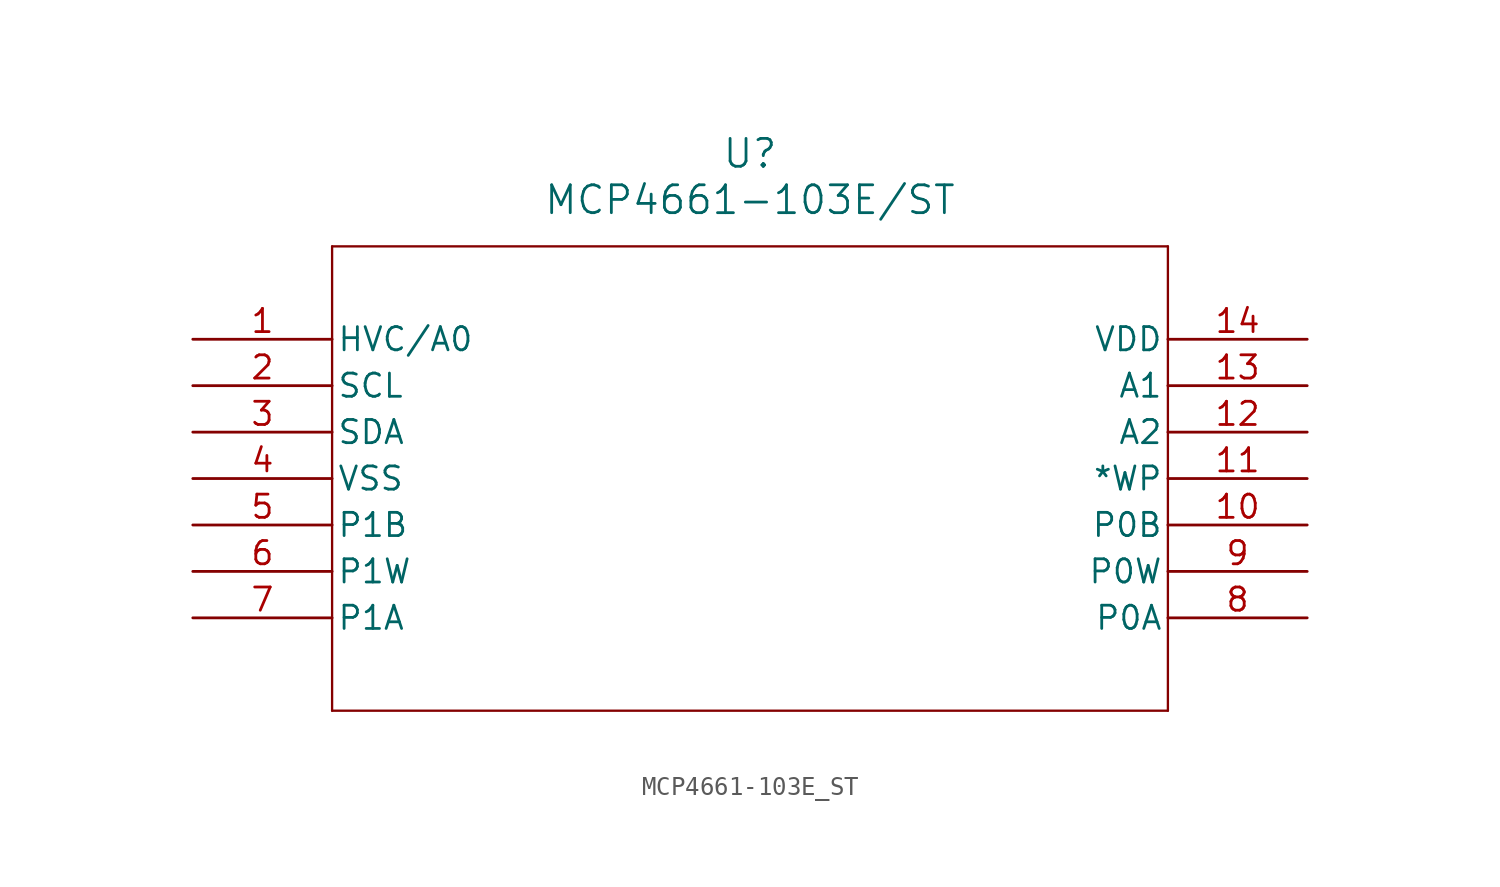
<source format=kicad_sym>
(kicad_symbol_lib
  (version 20231120)
  (generator "kicad_symbol_editor")
  (generator_version "8.0")
  (symbol "MCP4661-103E_ST"
    (pin_names
      (offset 0.254))
    (property "Reference" "U"
      (at 30.48 10.16 0)
      (effects (font (size 1.524 1.524))))
    (property "Value" "MCP4661-103E/ST"
      (at 30.48 7.62 0)
      (effects (font (size 1.524 1.524))))
    (property "ki_locked" ""
      (at 0 0 0)
      (effects (font (size 1.27 1.27))))
    (symbol "MCP4661-103E_ST_0_1"
      (polyline (pts (xy 7.62 -20.32) (xy 53.34 -20.32)) (stroke (width 0.127) (type default)) (fill (type none)))
      (polyline (pts (xy 7.62 5.08) (xy 7.62 -20.32)) (stroke (width 0.127) (type default)) (fill (type none)))
      (polyline (pts (xy 53.34 -20.32) (xy 53.34 5.08)) (stroke (width 0.127) (type default)) (fill (type none)))
      (polyline (pts (xy 53.34 5.08) (xy 7.62 5.08)) (stroke (width 0.127) (type default)) (fill (type none)))
      (pin input line (at 0 0 0) (length 7.62) (name "HVC/A0" (effects (font (size 1.27 1.27)))) (number "1" (effects (font (size 1.27 1.27)))))
      (pin input line (at 60.96 -7.62 180) (length 7.62) (name "*WP" (effects (font (size 1.27 1.27)))) (number "11" (effects (font (size 1.27 1.27)))))
      (pin input line (at 60.96 -5.08 180) (length 7.62) (name "A2" (effects (font (size 1.27 1.27)))) (number "12" (effects (font (size 1.27 1.27)))))
      (pin input line (at 60.96 -2.54 180) (length 7.62) (name "A1" (effects (font (size 1.27 1.27)))) (number "13" (effects (font (size 1.27 1.27)))))
      (pin power_in line (at 60.96 0 180) (length 7.62) (name "VDD" (effects (font (size 1.27 1.27)))) (number "14" (effects (font (size 1.27 1.27)))))
      (pin input line (at 0 -2.54 0) (length 7.62) (name "SCL" (effects (font (size 1.27 1.27)))) (number "2" (effects (font (size 1.27 1.27)))))
      (pin bidirectional line (at 0 -5.08 0) (length 7.62) (name "SDA" (effects (font (size 1.27 1.27)))) (number "3" (effects (font (size 1.27 1.27)))))
      (pin power_in line (at 0 -7.62 0) (length 7.62) (name "VSS" (effects (font (size 1.27 1.27)))) (number "4" (effects (font (size 1.27 1.27))))))
    (symbol "MCP4661-103E_ST_1_1"
      (pin passive line (at 60.96 -10.16 180) (length 7.62) (name "P0B" (effects (font (size 1.27 1.27)))) (number "10" (effects (font (size 1.27 1.27)))))
      (pin passive line (at 0 -10.16 0) (length 7.62) (name "P1B" (effects (font (size 1.27 1.27)))) (number "5" (effects (font (size 1.27 1.27)))))
      (pin passive line (at 0 -12.7 0) (length 7.62) (name "P1W" (effects (font (size 1.27 1.27)))) (number "6" (effects (font (size 1.27 1.27)))))
      (pin passive line (at 0 -15.24 0) (length 7.62) (name "P1A" (effects (font (size 1.27 1.27)))) (number "7" (effects (font (size 1.27 1.27)))))
      (pin passive line (at 60.96 -15.24 180) (length 7.62) (name "P0A" (effects (font (size 1.27 1.27)))) (number "8" (effects (font (size 1.27 1.27)))))
      (pin passive line (at 60.96 -12.7 180) (length 7.62) (name "P0W" (effects (font (size 1.27 1.27)))) (number "9" (effects (font (size 1.27 1.27))))))))
</source>
